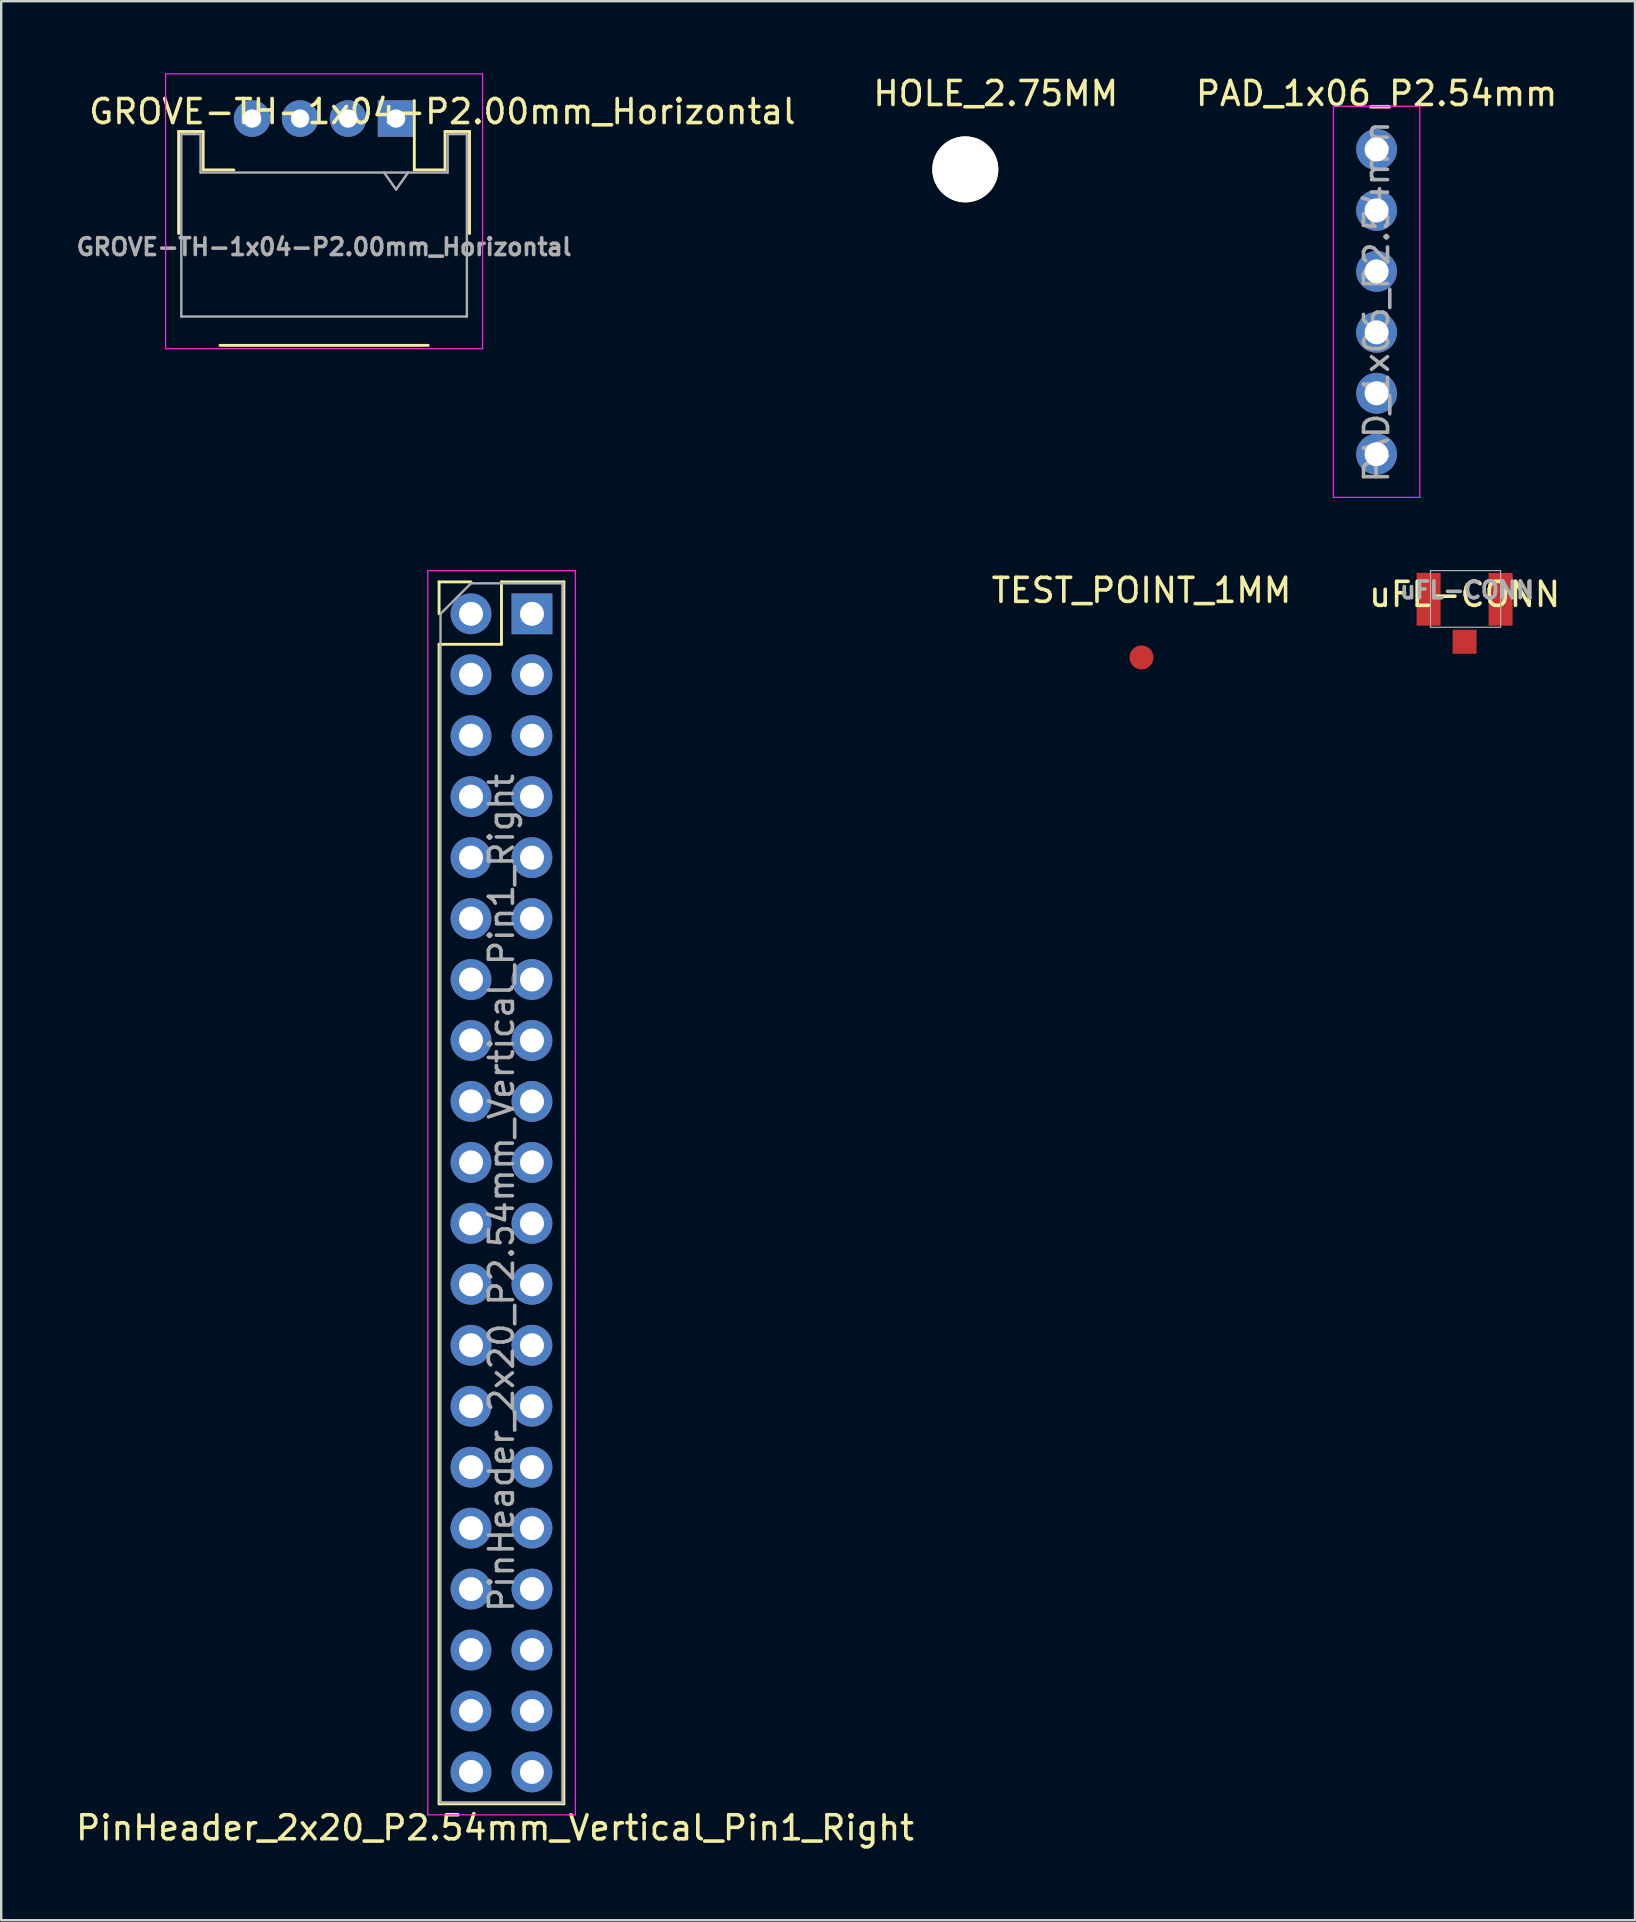
<source format=kicad_pcb>
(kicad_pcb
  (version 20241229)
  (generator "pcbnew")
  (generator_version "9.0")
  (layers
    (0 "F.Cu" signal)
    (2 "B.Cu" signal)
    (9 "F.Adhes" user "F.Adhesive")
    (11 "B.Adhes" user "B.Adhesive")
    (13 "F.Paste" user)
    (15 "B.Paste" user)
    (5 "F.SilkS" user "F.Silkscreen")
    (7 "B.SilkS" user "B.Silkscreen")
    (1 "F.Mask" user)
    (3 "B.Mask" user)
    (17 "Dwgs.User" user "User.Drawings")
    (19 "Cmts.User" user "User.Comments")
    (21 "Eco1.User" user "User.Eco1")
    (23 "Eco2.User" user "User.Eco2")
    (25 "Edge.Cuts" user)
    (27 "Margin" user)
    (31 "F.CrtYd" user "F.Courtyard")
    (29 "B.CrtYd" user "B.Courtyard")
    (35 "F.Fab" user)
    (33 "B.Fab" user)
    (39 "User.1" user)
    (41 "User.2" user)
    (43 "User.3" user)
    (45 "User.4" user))
  (footprint "PAD_1x06_P2.54mm"
    (layer "F.Cu")
    (at 54.314 3.178)
    (property "Reference" "PAD_1x06_P2.54mm" (at 0 -2.33 0) (layer "F.SilkS") (effects (font (size 1 1) (thickness 0.15))))
    (attr through_hole)
    (fp_line (start -1.8 -1.8) (end -1.8 14.5) (stroke (width 0.05) (type solid)) (layer "F.CrtYd"))
    (fp_line (start -1.8 14.5) (end 1.8 14.5) (stroke (width 0.05) (type solid)) (layer "F.CrtYd"))
    (fp_line (start 1.8 -1.8) (end -1.8 -1.8) (stroke (width 0.05) (type solid)) (layer "F.CrtYd"))
    (fp_line (start 1.8 14.5) (end 1.8 -1.8) (stroke (width 0.05) (type solid)) (layer "F.CrtYd"))
    (fp_text user "${REFERENCE}" (at 0 6.35 90) (layer "F.Fab") (effects (font (size 1 1) (thickness 0.15))))
    (pad "1" thru_hole circle (at 0 0) (size 1.7 1.7) (drill 1) (layers "*.Cu" "*.Mask"))
    (pad "2" thru_hole oval (at 0 2.54) (size 1.7 1.7) (drill 1) (layers "*.Cu" "*.Mask"))
    (pad "3" thru_hole oval (at 0 5.08) (size 1.7 1.7) (drill 1) (layers "*.Cu" "*.Mask"))
    (pad "4" thru_hole oval (at 0 7.62) (size 1.7 1.7) (drill 1) (layers "*.Cu" "*.Mask"))
    (pad "5" thru_hole oval (at 0 10.16) (size 1.7 1.7) (drill 1) (layers "*.Cu" "*.Mask"))
    (pad "6" thru_hole oval (at 0 12.7) (size 1.7 1.7) (drill 1) (layers "*.Cu" "*.Mask")))
  (footprint "PinHeader_2x20_P2.54mm_Vertical_Pin1_Right"
    (layer "F.Cu")
    (at 16.577 22.528)
    (property "Reference" "PinHeader_2x20_P2.54mm_Vertical_Pin1_Right" (at 1 50.59 0) (layer "F.SilkS") (effects (font (size 1 1) (thickness 0.15))))
    (attr through_hole)
    (fp_line (start -1.33 -1.33) (end 0 -1.33) (stroke (width 0.12) (type solid)) (layer "F.SilkS"))
    (fp_line (start -1.33 0) (end -1.33 -1.33) (stroke (width 0.12) (type solid)) (layer "F.SilkS"))
    (fp_line (start -1.33 1.27) (end -1.33 49.59) (stroke (width 0.12) (type solid)) (layer "F.SilkS"))
    (fp_line (start -1.33 1.27) (end 1.27 1.27) (stroke (width 0.12) (type solid)) (layer "F.SilkS"))
    (fp_line (start -1.33 49.59) (end 3.87 49.59) (stroke (width 0.12) (type solid)) (layer "F.SilkS"))
    (fp_line (start 1.27 -1.33) (end 3.87 -1.33) (stroke (width 0.12) (type solid)) (layer "F.SilkS"))
    (fp_line (start 1.27 1.27) (end 1.27 -1.33) (stroke (width 0.12) (type solid)) (layer "F.SilkS"))
    (fp_line (start 3.87 -1.33) (end 3.87 49.59) (stroke (width 0.12) (type solid)) (layer "F.SilkS"))
    (fp_line (start -1.8 -1.8) (end -1.8 50.05) (stroke (width 0.05) (type solid)) (layer "F.CrtYd"))
    (fp_line (start -1.8 50.05) (end 4.35 50.05) (stroke (width 0.05) (type solid)) (layer "F.CrtYd"))
    (fp_line (start 4.35 -1.8) (end -1.8 -1.8) (stroke (width 0.05) (type solid)) (layer "F.CrtYd"))
    (fp_line (start 4.35 50.05) (end 4.35 -1.8) (stroke (width 0.05) (type solid)) (layer "F.CrtYd"))
    (fp_line (start -1.27 0) (end 0 -1.27) (stroke (width 0.1) (type solid)) (layer "F.Fab"))
    (fp_line (start -1.27 49.53) (end -1.27 0) (stroke (width 0.1) (type solid)) (layer "F.Fab"))
    (fp_line (start 0 -1.27) (end 3.81 -1.27) (stroke (width 0.1) (type solid)) (layer "F.Fab"))
    (fp_line (start 3.81 -1.27) (end 3.81 49.53) (stroke (width 0.1) (type solid)) (layer "F.Fab"))
    (fp_line (start 3.81 49.53) (end -1.27 49.53) (stroke (width 0.1) (type solid)) (layer "F.Fab"))
    (fp_text user "${REFERENCE}" (at 1.27 24.13 90) (layer "F.Fab") (effects (font (size 1 1) (thickness 0.15))))
    (pad "1" thru_hole rect (at 2.54 0) (size 1.7 1.7) (drill 1) (layers "*.Cu" "*.Mask"))
    (pad "2" thru_hole oval (at 0 0) (size 1.7 1.7) (drill 1) (layers "*.Cu" "*.Mask"))
    (pad "3" thru_hole oval (at 2.54 2.54) (size 1.7 1.7) (drill 1) (layers "*.Cu" "*.Mask"))
    (pad "4" thru_hole oval (at 0 2.54) (size 1.7 1.7) (drill 1) (layers "*.Cu" "*.Mask"))
    (pad "5" thru_hole oval (at 2.54 5.08) (size 1.7 1.7) (drill 1) (layers "*.Cu" "*.Mask"))
    (pad "6" thru_hole oval (at 0 5.08) (size 1.7 1.7) (drill 1) (layers "*.Cu" "*.Mask"))
    (pad "7" thru_hole oval (at 2.54 7.62) (size 1.7 1.7) (drill 1) (layers "*.Cu" "*.Mask"))
    (pad "8" thru_hole oval (at 0 7.62) (size 1.7 1.7) (drill 1) (layers "*.Cu" "*.Mask"))
    (pad "9" thru_hole oval (at 2.54 10.16) (size 1.7 1.7) (drill 1) (layers "*.Cu" "*.Mask"))
    (pad "10" thru_hole oval (at 0 10.16) (size 1.7 1.7) (drill 1) (layers "*.Cu" "*.Mask"))
    (pad "11" thru_hole oval (at 2.54 12.7) (size 1.7 1.7) (drill 1) (layers "*.Cu" "*.Mask"))
    (pad "12" thru_hole oval (at 0 12.7) (size 1.7 1.7) (drill 1) (layers "*.Cu" "*.Mask"))
    (pad "13" thru_hole oval (at 2.54 15.24) (size 1.7 1.7) (drill 1) (layers "*.Cu" "*.Mask"))
    (pad "14" thru_hole oval (at 0 15.24) (size 1.7 1.7) (drill 1) (layers "*.Cu" "*.Mask"))
    (pad "15" thru_hole oval (at 2.54 17.78) (size 1.7 1.7) (drill 1) (layers "*.Cu" "*.Mask"))
    (pad "16" thru_hole oval (at 0 17.78) (size 1.7 1.7) (drill 1) (layers "*.Cu" "*.Mask"))
    (pad "17" thru_hole oval (at 2.54 20.32) (size 1.7 1.7) (drill 1) (layers "*.Cu" "*.Mask"))
    (pad "18" thru_hole oval (at 0 20.32) (size 1.7 1.7) (drill 1) (layers "*.Cu" "*.Mask"))
    (pad "19" thru_hole oval (at 2.54 22.86) (size 1.7 1.7) (drill 1) (layers "*.Cu" "*.Mask"))
    (pad "20" thru_hole oval (at 0 22.86) (size 1.7 1.7) (drill 1) (layers "*.Cu" "*.Mask"))
    (pad "21" thru_hole oval (at 2.54 25.4) (size 1.7 1.7) (drill 1) (layers "*.Cu" "*.Mask"))
    (pad "22" thru_hole oval (at 0 25.4) (size 1.7 1.7) (drill 1) (layers "*.Cu" "*.Mask"))
    (pad "23" thru_hole oval (at 2.54 27.94) (size 1.7 1.7) (drill 1) (layers "*.Cu" "*.Mask"))
    (pad "24" thru_hole oval (at 0 27.94) (size 1.7 1.7) (drill 1) (layers "*.Cu" "*.Mask"))
    (pad "25" thru_hole oval (at 2.54 30.48) (size 1.7 1.7) (drill 1) (layers "*.Cu" "*.Mask"))
    (pad "26" thru_hole oval (at 0 30.48) (size 1.7 1.7) (drill 1) (layers "*.Cu" "*.Mask"))
    (pad "27" thru_hole oval (at 2.54 33.02) (size 1.7 1.7) (drill 1) (layers "*.Cu" "*.Mask"))
    (pad "28" thru_hole oval (at 0 33.02) (size 1.7 1.7) (drill 1) (layers "*.Cu" "*.Mask"))
    (pad "29" thru_hole oval (at 2.54 35.56) (size 1.7 1.7) (drill 1) (layers "*.Cu" "*.Mask"))
    (pad "30" thru_hole oval (at 0 35.56) (size 1.7 1.7) (drill 1) (layers "*.Cu" "*.Mask"))
    (pad "31" thru_hole oval (at 2.54 38.1) (size 1.7 1.7) (drill 1) (layers "*.Cu" "*.Mask"))
    (pad "32" thru_hole oval (at 0 38.1) (size 1.7 1.7) (drill 1) (layers "*.Cu" "*.Mask"))
    (pad "33" thru_hole oval (at 2.54 40.64) (size 1.7 1.7) (drill 1) (layers "*.Cu" "*.Mask"))
    (pad "34" thru_hole oval (at 0 40.64) (size 1.7 1.7) (drill 1) (layers "*.Cu" "*.Mask"))
    (pad "35" thru_hole oval (at 2.54 43.18) (size 1.7 1.7) (drill 1) (layers "*.Cu" "*.Mask"))
    (pad "36" thru_hole oval (at 0 43.18) (size 1.7 1.7) (drill 1) (layers "*.Cu" "*.Mask"))
    (pad "37" thru_hole oval (at 2.54 45.72) (size 1.7 1.7) (drill 1) (layers "*.Cu" "*.Mask"))
    (pad "38" thru_hole oval (at 0 45.72) (size 1.7 1.7) (drill 1) (layers "*.Cu" "*.Mask"))
    (pad "39" thru_hole oval (at 2.54 48.26) (size 1.7 1.7) (drill 1) (layers "*.Cu" "*.Mask"))
    (pad "40" thru_hole oval (at 0 48.26) (size 1.7 1.7) (drill 1) (layers "*.Cu" "*.Mask")))
  (footprint "GROVE-TH-1x04-P2.00mm_Horizontal"
    (layer "F.Cu")
    (at 10.455 5.74)
    (property "Reference" "GROVE-TH-1x04-P2.00mm_Horizontal" (at 4.93 -4.14 0) (layer "F.SilkS") (effects (font (size 1 1) (thickness 0.15))))
    (attr smd)
    (fp_line (start -6.06 -3.31) (end -5.04 -3.31) (stroke (width 0.12) (type solid)) (layer "F.SilkS"))
    (fp_line (start -6.06 0.94) (end -6.06 -3.31) (stroke (width 0.12) (type solid)) (layer "F.SilkS"))
    (fp_line (start -5.04 -3.31) (end -5.04 -1.71) (stroke (width 0.12) (type solid)) (layer "F.SilkS"))
    (fp_line (start -5.04 -1.71) (end -3.76 -1.71) (stroke (width 0.12) (type solid)) (layer "F.SilkS"))
    (fp_line (start 3.76 -1.71) (end 3.76 -4.6) (stroke (width 0.12) (type solid)) (layer "F.SilkS"))
    (fp_line (start 4.34 5.602) (end -4.34 5.602) (stroke (width 0.12) (type solid)) (layer "F.SilkS"))
    (fp_line (start 5.04 -3.31) (end 5.04 -1.71) (stroke (width 0.12) (type solid)) (layer "F.SilkS"))
    (fp_line (start 5.04 -1.71) (end 3.76 -1.71) (stroke (width 0.12) (type solid)) (layer "F.SilkS"))
    (fp_line (start 6.06 -3.31) (end 5.04 -3.31) (stroke (width 0.12) (type solid)) (layer "F.SilkS"))
    (fp_line (start 6.06 0.94) (end 6.06 -3.31) (stroke (width 0.12) (type solid)) (layer "F.SilkS"))
    (fp_line (start -6.604 -5.715) (end -6.604 5.74) (stroke (width 0.05) (type solid)) (layer "F.CrtYd"))
    (fp_line (start -6.604 5.74) (end 6.604 5.74) (stroke (width 0.05) (type solid)) (layer "F.CrtYd"))
    (fp_line (start 6.604 -5.715) (end -6.604 -5.715) (stroke (width 0.05) (type solid)) (layer "F.CrtYd"))
    (fp_line (start 6.604 -5.715) (end 6.604 5.74) (stroke (width 0.05) (type solid)) (layer "F.CrtYd"))
    (fp_line (start -5.95 -3.2) (end -5.95 4.4) (stroke (width 0.1) (type solid)) (layer "F.Fab"))
    (fp_line (start -5.15 -3.2) (end -5.95 -3.2) (stroke (width 0.1) (type solid)) (layer "F.Fab"))
    (fp_line (start -5.15 -1.6) (end -5.15 -3.2) (stroke (width 0.1) (type solid)) (layer "F.Fab"))
    (fp_line (start 3 -0.893) (end 2.5 -1.6) (stroke (width 0.1) (type solid)) (layer "F.Fab"))
    (fp_line (start 3.5 -1.6) (end 3 -0.893) (stroke (width 0.1) (type solid)) (layer "F.Fab"))
    (fp_line (start 5.15 -3.2) (end 5.15 -1.6) (stroke (width 0.1) (type solid)) (layer "F.Fab"))
    (fp_line (start 5.15 -1.6) (end -5.15 -1.6) (stroke (width 0.1) (type solid)) (layer "F.Fab"))
    (fp_line (start 5.95 -3.2) (end 5.15 -3.2) (stroke (width 0.1) (type solid)) (layer "F.Fab"))
    (fp_line (start 5.95 -3.2) (end 5.95 4.4) (stroke (width 0.1) (type solid)) (layer "F.Fab"))
    (fp_line (start 5.95 4.4) (end -5.95 4.4) (stroke (width 0.1) (type solid)) (layer "F.Fab"))
    (fp_text user "${REFERENCE}" (at 0 1.5 0) (layer "F.Fab") (effects (font (size 0.7 0.7) (thickness 0.15))))
    (pad "1" thru_hole rect (at 3 -3.85) (size 1.524 1.524) (drill 0.762) (layers "*.Cu" "*.Mask"))
    (pad "2" thru_hole circle (at 1 -3.85) (size 1.524 1.524) (drill 0.762) (layers "*.Cu" "*.Mask"))
    (pad "3" thru_hole circle (at -1 -3.85) (size 1.524 1.524) (drill 0.762) (layers "*.Cu" "*.Mask"))
    (pad "4" thru_hole circle (at -3 -3.85) (size 1.524 1.524) (drill 0.762) (layers "*.Cu" "*.Mask")))
  (footprint "HOLE_2.75MM"
    (layer "F.Cu")
    (at 37.175 4.008)
    (property "Reference" "HOLE_2.75MM" (at 1.27 -3.16 0) (layer "F.SilkS") (effects (font (size 1 1) (thickness 0.15))))
    (attr through_hole)
    (pad "" np_thru_hole circle (at 0 0) (size 2.75 2.75) (drill 2.75) (layers "*.Cu" "*.Mask" "F.SilkS")))
  (footprint "uFL-CONN"
    (layer "F.Cu")
    (at 57.982 21.922)
    (property "Reference" "uFL-CONN" (at 0 -0.203 180) (layer "F.SilkS") (effects (font (size 1 1) (thickness 0.15))))
    (attr smd)
    (fp_line (start -1.422 -1.194) (end 1.499 -1.194) (stroke (width 0.05) (type solid)) (layer "F.Fab"))
    (fp_line (start -1.422 -1.143) (end -1.422 -1.194) (stroke (width 0.05) (type solid)) (layer "F.Fab"))
    (fp_line (start -1.422 -0.711) (end -1.422 -1.143) (stroke (width 0.05) (type solid)) (layer "F.Fab"))
    (fp_line (start -1.422 -0.711) (end -1.422 1.168) (stroke (width 0.05) (type solid)) (layer "F.Fab"))
    (fp_line (start 1.499 -1.194) (end 1.499 -0.711) (stroke (width 0.05) (type solid)) (layer "F.Fab"))
    (fp_line (start 1.499 1.168) (end -1.422 1.168) (stroke (width 0.05) (type solid)) (layer "F.Fab"))
    (fp_line (start 1.499 1.168) (end 1.499 -0.711) (stroke (width 0.05) (type solid)) (layer "F.Fab"))
    (fp_text user "${REFERENCE}" (at 0.102 -0.381 180) (layer "F.Fab") (effects (font (size 0.7 0.7) (thickness 0.15))))
    (pad "1" smd rect (at 1.5 0 90) (size 2.2 1) (layers "F.Cu" "F.Mask" "F.Paste"))
    (pad "2" smd rect (at 0 1.77 90) (size 1 1) (layers "F.Cu" "F.Mask" "F.Paste"))
    (pad "3" smd rect (at -1.5 0 90) (size 2.2 1) (layers "F.Cu" "F.Mask" "F.Paste")))
  (footprint "TEST_POINT_1MM"
    (layer "F.Cu")
    (at 44.518 24.346)
    (property "Reference" "TEST_POINT_1MM" (at 0 -2.794 0) (layer "F.SilkS") (effects (font (size 1 1) (thickness 0.15))))
    (attr through_hole)
    (pad "1" smd circle (at 0 0) (size 1 1) (layers "F.Cu" "F.Mask")))
  (gr_rect
    (start -3 -3)
    (end 65.083 76.966)
    (stroke (width 0.1) (type default))
    (fill no)
    (layer "Edge.Cuts")))
</source>
